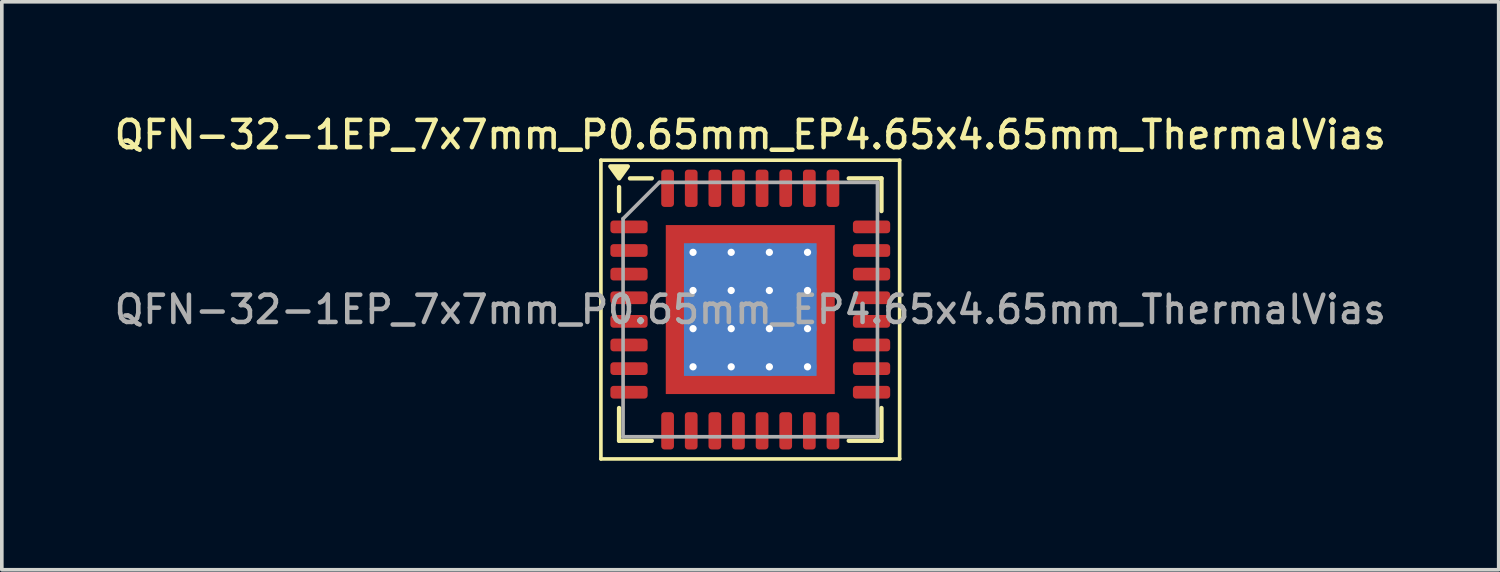
<source format=kicad_pcb>
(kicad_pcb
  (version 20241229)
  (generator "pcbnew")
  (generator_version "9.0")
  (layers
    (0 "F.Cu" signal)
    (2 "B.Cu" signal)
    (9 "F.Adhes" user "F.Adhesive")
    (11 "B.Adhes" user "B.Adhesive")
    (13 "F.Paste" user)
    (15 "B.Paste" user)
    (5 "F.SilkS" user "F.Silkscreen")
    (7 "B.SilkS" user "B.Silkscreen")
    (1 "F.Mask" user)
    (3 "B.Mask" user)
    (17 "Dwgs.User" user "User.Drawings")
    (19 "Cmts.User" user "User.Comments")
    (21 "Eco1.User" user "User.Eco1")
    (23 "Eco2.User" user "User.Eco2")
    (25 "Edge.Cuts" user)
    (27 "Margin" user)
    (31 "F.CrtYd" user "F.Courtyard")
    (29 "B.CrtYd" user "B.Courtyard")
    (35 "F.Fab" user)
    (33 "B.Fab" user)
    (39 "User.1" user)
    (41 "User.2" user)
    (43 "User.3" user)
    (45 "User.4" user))
  (footprint "QFN-32-1EP_7x7mm_P0.65mm_EP4.65x4.65mm_ThermalVias"
    (layer "F.Cu")
    (at 17.595 5.468)
    (property "Reference" "QFN-32-1EP_7x7mm_P0.65mm_EP4.65x4.65mm_ThermalVias" (at 0 -4.81 0) (layer "F.SilkS") (effects (font (size 0.75 0.75) (thickness 0.125))))
    (attr smd)
    (fp_line (start -4.11 -4.11) (end -4.11 4.11) (stroke (width 0.1) (type solid)) (layer "F.SilkS"))
    (fp_line (start -4.11 4.11) (end 4.11 4.11) (stroke (width 0.1) (type solid)) (layer "F.SilkS"))
    (fp_line (start -3.61 -2.71) (end -3.61 -3.37) (stroke (width 0.12) (type solid)) (layer "F.SilkS"))
    (fp_line (start -3.61 3.61) (end -3.61 2.71) (stroke (width 0.12) (type solid)) (layer "F.SilkS"))
    (fp_line (start -2.71 -3.61) (end -3.31 -3.61) (stroke (width 0.12) (type solid)) (layer "F.SilkS"))
    (fp_line (start -2.71 3.61) (end -3.61 3.61) (stroke (width 0.12) (type solid)) (layer "F.SilkS"))
    (fp_line (start 2.71 -3.61) (end 3.61 -3.61) (stroke (width 0.12) (type solid)) (layer "F.SilkS"))
    (fp_line (start 2.71 3.61) (end 3.61 3.61) (stroke (width 0.12) (type solid)) (layer "F.SilkS"))
    (fp_line (start 3.61 -3.61) (end 3.61 -2.71) (stroke (width 0.12) (type solid)) (layer "F.SilkS"))
    (fp_line (start 3.61 3.61) (end 3.61 2.71) (stroke (width 0.12) (type solid)) (layer "F.SilkS"))
    (fp_line (start 4.11 -4.11) (end -4.11 -4.11) (stroke (width 0.1) (type solid)) (layer "F.SilkS"))
    (fp_line (start 4.11 4.11) (end 4.11 -4.11) (stroke (width 0.1) (type solid)) (layer "F.SilkS"))
    (fp_poly (pts (xy -3.61 -3.61) (xy -3.85 -3.94) (xy -3.37 -3.94) (xy -3.61 -3.61)) (stroke (width 0.12) (type solid)) (fill yes) (layer "F.SilkS"))
    (fp_line (start -3.5 -2.5) (end -2.5 -3.5) (stroke (width 0.1) (type solid)) (layer "F.Fab"))
    (fp_line (start -3.5 3.5) (end -3.5 -2.5) (stroke (width 0.1) (type solid)) (layer "F.Fab"))
    (fp_line (start -2.5 -3.5) (end 3.5 -3.5) (stroke (width 0.1) (type solid)) (layer "F.Fab"))
    (fp_line (start 3.5 -3.5) (end 3.5 3.5) (stroke (width 0.1) (type solid)) (layer "F.Fab"))
    (fp_line (start 3.5 3.5) (end -3.5 3.5) (stroke (width 0.1) (type solid)) (layer "F.Fab"))
    (fp_text user "${REFERENCE}" (at 0 0 0) (layer "F.Fab") (effects (font (size 0.75 0.75) (thickness 0.125))))
    (pad "" smd custom (at -1.95 -1.95) (size 0.507 0.507) (layers "F.Paste") (options (anchor circle)) (primitives (gr_poly (pts (xy -0.205 -0.205) (xy 0.205 -0.205) (xy 0.205 0.125) (xy 0.125 0.205) (xy -0.205 0.205)) (width 0.194) (fill yes))))
    (pad "" smd custom (at -1.95 -1.05) (size 0.528 0.528) (layers "F.Paste") (options (anchor circle)) (primitives (gr_poly (pts (xy -0.226 -0.347) (xy 0.162 -0.347) (xy 0.226 -0.283) (xy 0.226 0.283) (xy 0.162 0.347) (xy -0.226 0.347)) (width 0.153) (fill yes))))
    (pad "" smd custom (at -1.95 0) (size 0.528 0.528) (layers "F.Paste") (options (anchor circle)) (primitives (gr_poly (pts (xy -0.226 -0.347) (xy 0.162 -0.347) (xy 0.226 -0.283) (xy 0.226 0.283) (xy 0.162 0.347) (xy -0.226 0.347)) (width 0.153) (fill yes))))
    (pad "" smd custom (at -1.95 1.05) (size 0.528 0.528) (layers "F.Paste") (options (anchor circle)) (primitives (gr_poly (pts (xy -0.226 -0.347) (xy 0.162 -0.347) (xy 0.226 -0.283) (xy 0.226 0.283) (xy 0.162 0.347) (xy -0.226 0.347)) (width 0.153) (fill yes))))
    (pad "" smd custom (at -1.95 1.95) (size 0.507 0.507) (layers "F.Paste") (options (anchor circle)) (primitives (gr_poly (pts (xy -0.205 -0.205) (xy 0.125 -0.205) (xy 0.205 -0.125) (xy 0.205 0.205) (xy -0.205 0.205)) (width 0.194) (fill yes))))
    (pad "" smd custom (at -1.05 -1.95) (size 0.528 0.528) (layers "F.Paste") (options (anchor circle)) (primitives (gr_poly (pts (xy -0.347 -0.226) (xy 0.347 -0.226) (xy 0.347 0.162) (xy 0.283 0.226) (xy -0.283 0.226) (xy -0.347 0.162)) (width 0.153) (fill yes))))
    (pad "" smd roundrect (at -1.05 -1.05) (size 0.847 0.847) (layers "F.Paste") (roundrect_rratio 0.25))
    (pad "" smd roundrect (at -1.05 0) (size 0.847 0.847) (layers "F.Paste") (roundrect_rratio 0.25))
    (pad "" smd roundrect (at -1.05 1.05) (size 0.847 0.847) (layers "F.Paste") (roundrect_rratio 0.25))
    (pad "" smd custom (at -1.05 1.95) (size 0.528 0.528) (layers "F.Paste") (options (anchor circle)) (primitives (gr_poly (pts (xy -0.347 -0.162) (xy -0.283 -0.226) (xy 0.283 -0.226) (xy 0.347 -0.162) (xy 0.347 0.226) (xy -0.347 0.226)) (width 0.153) (fill yes))))
    (pad "" smd custom (at 0 -1.95) (size 0.528 0.528) (layers "F.Paste") (options (anchor circle)) (primitives (gr_poly (pts (xy -0.347 -0.226) (xy 0.347 -0.226) (xy 0.347 0.162) (xy 0.283 0.226) (xy -0.283 0.226) (xy -0.347 0.162)) (width 0.153) (fill yes))))
    (pad "" smd roundrect (at 0 -1.05) (size 0.847 0.847) (layers "F.Paste") (roundrect_rratio 0.25))
    (pad "" smd roundrect (at 0 0) (size 0.847 0.847) (layers "F.Paste") (roundrect_rratio 0.25))
    (pad "" smd roundrect (at 0 1.05) (size 0.847 0.847) (layers "F.Paste") (roundrect_rratio 0.25))
    (pad "" smd custom (at 0 1.95) (size 0.528 0.528) (layers "F.Paste") (options (anchor circle)) (primitives (gr_poly (pts (xy -0.347 -0.162) (xy -0.283 -0.226) (xy 0.283 -0.226) (xy 0.347 -0.162) (xy 0.347 0.226) (xy -0.347 0.226)) (width 0.153) (fill yes))))
    (pad "" smd custom (at 1.05 -1.95) (size 0.528 0.528) (layers "F.Paste") (options (anchor circle)) (primitives (gr_poly (pts (xy -0.347 -0.226) (xy 0.347 -0.226) (xy 0.347 0.162) (xy 0.283 0.226) (xy -0.283 0.226) (xy -0.347 0.162)) (width 0.153) (fill yes))))
    (pad "" smd roundrect (at 1.05 -1.05) (size 0.847 0.847) (layers "F.Paste") (roundrect_rratio 0.25))
    (pad "" smd roundrect (at 1.05 0) (size 0.847 0.847) (layers "F.Paste") (roundrect_rratio 0.25))
    (pad "" smd roundrect (at 1.05 1.05) (size 0.847 0.847) (layers "F.Paste") (roundrect_rratio 0.25))
    (pad "" smd custom (at 1.05 1.95) (size 0.528 0.528) (layers "F.Paste") (options (anchor circle)) (primitives (gr_poly (pts (xy -0.347 -0.162) (xy -0.283 -0.226) (xy 0.283 -0.226) (xy 0.347 -0.162) (xy 0.347 0.226) (xy -0.347 0.226)) (width 0.153) (fill yes))))
    (pad "" smd custom (at 1.95 -1.95) (size 0.507 0.507) (layers "F.Paste") (options (anchor circle)) (primitives (gr_poly (pts (xy -0.205 -0.205) (xy 0.205 -0.205) (xy 0.205 0.205) (xy -0.125 0.205) (xy -0.205 0.125)) (width 0.194) (fill yes))))
    (pad "" smd custom (at 1.95 -1.05) (size 0.528 0.528) (layers "F.Paste") (options (anchor circle)) (primitives (gr_poly (pts (xy -0.226 -0.283) (xy -0.162 -0.347) (xy 0.226 -0.347) (xy 0.226 0.347) (xy -0.162 0.347) (xy -0.226 0.283)) (width 0.153) (fill yes))))
    (pad "" smd custom (at 1.95 0) (size 0.528 0.528) (layers "F.Paste") (options (anchor circle)) (primitives (gr_poly (pts (xy -0.226 -0.283) (xy -0.162 -0.347) (xy 0.226 -0.347) (xy 0.226 0.347) (xy -0.162 0.347) (xy -0.226 0.283)) (width 0.153) (fill yes))))
    (pad "" smd custom (at 1.95 1.05) (size 0.528 0.528) (layers "F.Paste") (options (anchor circle)) (primitives (gr_poly (pts (xy -0.226 -0.283) (xy -0.162 -0.347) (xy 0.226 -0.347) (xy 0.226 0.347) (xy -0.162 0.347) (xy -0.226 0.283)) (width 0.153) (fill yes))))
    (pad "" smd custom (at 1.95 1.95) (size 0.507 0.507) (layers "F.Paste") (options (anchor circle)) (primitives (gr_poly (pts (xy -0.205 -0.125) (xy -0.125 -0.205) (xy 0.205 -0.205) (xy 0.205 0.205) (xy -0.205 0.205)) (width 0.194) (fill yes))))
    (pad "1" smd roundrect (at -3.337 -2.275) (size 1.025 0.35) (layers "F.Cu" "F.Mask" "F.Paste") (roundrect_rratio 0.25))
    (pad "2" smd roundrect (at -3.337 -1.625) (size 1.025 0.35) (layers "F.Cu" "F.Mask" "F.Paste") (roundrect_rratio 0.25))
    (pad "3" smd roundrect (at -3.337 -0.975) (size 1.025 0.35) (layers "F.Cu" "F.Mask" "F.Paste") (roundrect_rratio 0.25))
    (pad "4" smd roundrect (at -3.337 -0.325) (size 1.025 0.35) (layers "F.Cu" "F.Mask" "F.Paste") (roundrect_rratio 0.25))
    (pad "5" smd roundrect (at -3.337 0.325) (size 1.025 0.35) (layers "F.Cu" "F.Mask" "F.Paste") (roundrect_rratio 0.25))
    (pad "6" smd roundrect (at -3.337 0.975) (size 1.025 0.35) (layers "F.Cu" "F.Mask" "F.Paste") (roundrect_rratio 0.25))
    (pad "7" smd roundrect (at -3.337 1.625) (size 1.025 0.35) (layers "F.Cu" "F.Mask" "F.Paste") (roundrect_rratio 0.25))
    (pad "8" smd roundrect (at -3.337 2.275) (size 1.025 0.35) (layers "F.Cu" "F.Mask" "F.Paste") (roundrect_rratio 0.25))
    (pad "9" smd roundrect (at -2.275 3.337) (size 0.35 1.025) (layers "F.Cu" "F.Mask" "F.Paste") (roundrect_rratio 0.25))
    (pad "10" smd roundrect (at -1.625 3.337) (size 0.35 1.025) (layers "F.Cu" "F.Mask" "F.Paste") (roundrect_rratio 0.25))
    (pad "11" smd roundrect (at -0.975 3.337) (size 0.35 1.025) (layers "F.Cu" "F.Mask" "F.Paste") (roundrect_rratio 0.25))
    (pad "12" smd roundrect (at -0.325 3.337) (size 0.35 1.025) (layers "F.Cu" "F.Mask" "F.Paste") (roundrect_rratio 0.25))
    (pad "13" smd roundrect (at 0.325 3.337) (size 0.35 1.025) (layers "F.Cu" "F.Mask" "F.Paste") (roundrect_rratio 0.25))
    (pad "14" smd roundrect (at 0.975 3.337) (size 0.35 1.025) (layers "F.Cu" "F.Mask" "F.Paste") (roundrect_rratio 0.25))
    (pad "15" smd roundrect (at 1.625 3.337) (size 0.35 1.025) (layers "F.Cu" "F.Mask" "F.Paste") (roundrect_rratio 0.25))
    (pad "16" smd roundrect (at 2.275 3.337) (size 0.35 1.025) (layers "F.Cu" "F.Mask" "F.Paste") (roundrect_rratio 0.25))
    (pad "17" smd roundrect (at 3.337 2.275) (size 1.025 0.35) (layers "F.Cu" "F.Mask" "F.Paste") (roundrect_rratio 0.25))
    (pad "18" smd roundrect (at 3.337 1.625) (size 1.025 0.35) (layers "F.Cu" "F.Mask" "F.Paste") (roundrect_rratio 0.25))
    (pad "19" smd roundrect (at 3.337 0.975) (size 1.025 0.35) (layers "F.Cu" "F.Mask" "F.Paste") (roundrect_rratio 0.25))
    (pad "20" smd roundrect (at 3.337 0.325) (size 1.025 0.35) (layers "F.Cu" "F.Mask" "F.Paste") (roundrect_rratio 0.25))
    (pad "21" smd roundrect (at 3.337 -0.325) (size 1.025 0.35) (layers "F.Cu" "F.Mask" "F.Paste") (roundrect_rratio 0.25))
    (pad "22" smd roundrect (at 3.337 -0.975) (size 1.025 0.35) (layers "F.Cu" "F.Mask" "F.Paste") (roundrect_rratio 0.25))
    (pad "23" smd roundrect (at 3.337 -1.625) (size 1.025 0.35) (layers "F.Cu" "F.Mask" "F.Paste") (roundrect_rratio 0.25))
    (pad "24" smd roundrect (at 3.337 -2.275) (size 1.025 0.35) (layers "F.Cu" "F.Mask" "F.Paste") (roundrect_rratio 0.25))
    (pad "25" smd roundrect (at 2.275 -3.337) (size 0.35 1.025) (layers "F.Cu" "F.Mask" "F.Paste") (roundrect_rratio 0.25))
    (pad "26" smd roundrect (at 1.625 -3.337) (size 0.35 1.025) (layers "F.Cu" "F.Mask" "F.Paste") (roundrect_rratio 0.25))
    (pad "27" smd roundrect (at 0.975 -3.337) (size 0.35 1.025) (layers "F.Cu" "F.Mask" "F.Paste") (roundrect_rratio 0.25))
    (pad "28" smd roundrect (at 0.325 -3.337) (size 0.35 1.025) (layers "F.Cu" "F.Mask" "F.Paste") (roundrect_rratio 0.25))
    (pad "29" smd roundrect (at -0.325 -3.337) (size 0.35 1.025) (layers "F.Cu" "F.Mask" "F.Paste") (roundrect_rratio 0.25))
    (pad "30" smd roundrect (at -0.975 -3.337) (size 0.35 1.025) (layers "F.Cu" "F.Mask" "F.Paste") (roundrect_rratio 0.25))
    (pad "31" smd roundrect (at -1.625 -3.337) (size 0.35 1.025) (layers "F.Cu" "F.Mask" "F.Paste") (roundrect_rratio 0.25))
    (pad "32" smd roundrect (at -2.275 -3.337) (size 0.35 1.025) (layers "F.Cu" "F.Mask" "F.Paste") (roundrect_rratio 0.25))
    (pad "33" thru_hole circle (at -1.575 -1.575) (size 0.5 0.5) (drill 0.2) (property pad_prop_heatsink) (layers "*.Cu"))
    (pad "33" thru_hole circle (at -1.575 -0.525) (size 0.5 0.5) (drill 0.2) (property pad_prop_heatsink) (layers "*.Cu"))
    (pad "33" thru_hole circle (at -1.575 0.525) (size 0.5 0.5) (drill 0.2) (property pad_prop_heatsink) (layers "*.Cu"))
    (pad "33" thru_hole circle (at -1.575 1.575) (size 0.5 0.5) (drill 0.2) (property pad_prop_heatsink) (layers "*.Cu"))
    (pad "33" thru_hole circle (at -0.525 -1.575) (size 0.5 0.5) (drill 0.2) (property pad_prop_heatsink) (layers "*.Cu"))
    (pad "33" thru_hole circle (at -0.525 -0.525) (size 0.5 0.5) (drill 0.2) (property pad_prop_heatsink) (layers "*.Cu"))
    (pad "33" thru_hole circle (at -0.525 0.525) (size 0.5 0.5) (drill 0.2) (property pad_prop_heatsink) (layers "*.Cu"))
    (pad "33" thru_hole circle (at -0.525 1.575) (size 0.5 0.5) (drill 0.2) (property pad_prop_heatsink) (layers "*.Cu"))
    (pad "33" smd rect (at 0 0) (size 3.65 3.65) (property pad_prop_heatsink) (layers "B.Cu"))
    (pad "33" smd rect (at 0 0) (size 4.65 4.65) (property pad_prop_heatsink) (layers "F.Cu" "F.Mask"))
    (pad "33" thru_hole circle (at 0.525 -1.575) (size 0.5 0.5) (drill 0.2) (property pad_prop_heatsink) (layers "*.Cu"))
    (pad "33" thru_hole circle (at 0.525 -0.525) (size 0.5 0.5) (drill 0.2) (property pad_prop_heatsink) (layers "*.Cu"))
    (pad "33" thru_hole circle (at 0.525 0.525) (size 0.5 0.5) (drill 0.2) (property pad_prop_heatsink) (layers "*.Cu"))
    (pad "33" thru_hole circle (at 0.525 1.575) (size 0.5 0.5) (drill 0.2) (property pad_prop_heatsink) (layers "*.Cu"))
    (pad "33" thru_hole circle (at 1.575 -1.575) (size 0.5 0.5) (drill 0.2) (property pad_prop_heatsink) (layers "*.Cu"))
    (pad "33" thru_hole circle (at 1.575 -0.525) (size 0.5 0.5) (drill 0.2) (property pad_prop_heatsink) (layers "*.Cu"))
    (pad "33" thru_hole circle (at 1.575 0.525) (size 0.5 0.5) (drill 0.2) (property pad_prop_heatsink) (layers "*.Cu"))
    (pad "33" thru_hole circle (at 1.575 1.575) (size 0.5 0.5) (drill 0.2) (property pad_prop_heatsink) (layers "*.Cu")))
  (gr_rect
    (start -3 -3)
    (end 38.189 12.628)
    (stroke (width 0.1) (type default))
    (fill no)
    (layer "Edge.Cuts")))
</source>
